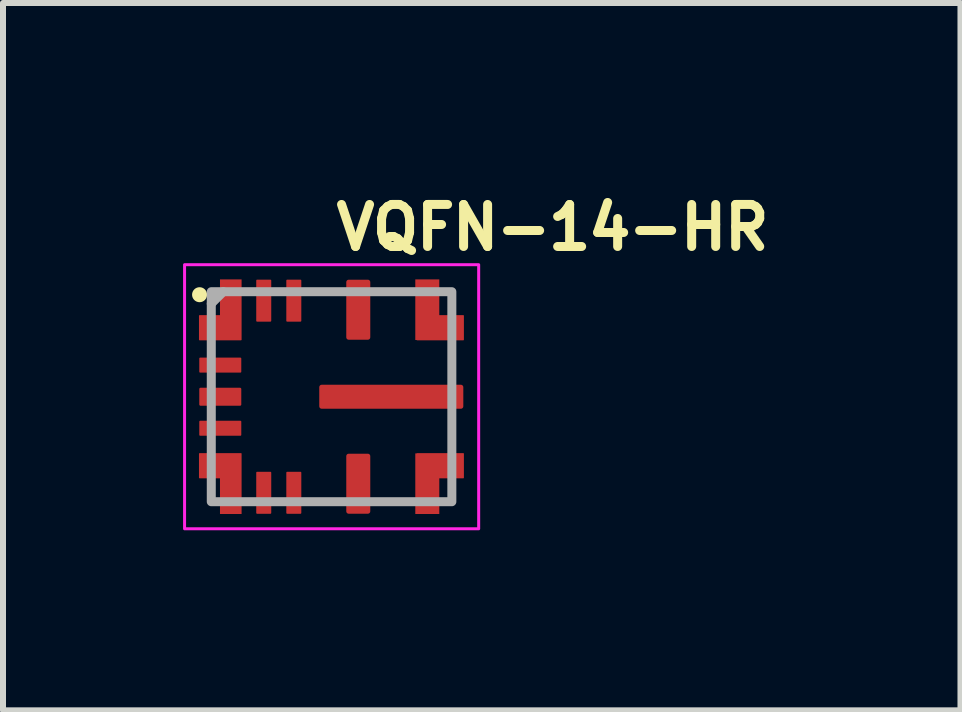
<source format=kicad_pcb>
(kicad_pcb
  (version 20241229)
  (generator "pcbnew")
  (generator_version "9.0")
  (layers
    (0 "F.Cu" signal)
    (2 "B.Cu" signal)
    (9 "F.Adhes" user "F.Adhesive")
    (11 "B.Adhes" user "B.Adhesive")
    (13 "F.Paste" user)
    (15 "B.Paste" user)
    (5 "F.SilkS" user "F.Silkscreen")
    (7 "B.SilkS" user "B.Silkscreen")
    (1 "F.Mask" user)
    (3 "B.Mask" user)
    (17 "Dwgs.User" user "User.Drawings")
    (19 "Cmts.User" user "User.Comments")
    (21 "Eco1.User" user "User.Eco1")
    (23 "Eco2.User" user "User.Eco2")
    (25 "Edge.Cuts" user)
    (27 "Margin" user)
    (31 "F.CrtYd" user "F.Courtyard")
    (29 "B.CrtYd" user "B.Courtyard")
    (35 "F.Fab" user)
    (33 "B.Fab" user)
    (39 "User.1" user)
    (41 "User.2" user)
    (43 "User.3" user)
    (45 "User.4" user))
  (footprint "VQFN-14-HR"
    (layer "F.Cu")
    (at 2.475 3.56)
    (property "Reference" "VQFN-14-HR" (at 0 -2.41 0) (layer "F.SilkS") (effects (font (size 0.7 0.7) (thickness 0.15)) (justify left bottom)))
    (attr smd)
    (fp_circle (center -2.2 -1.7) (end -2.15 -1.7) (stroke (width 0.15) (type solid)) (fill yes) (layer "F.SilkS"))
    (fp_rect (start -0.136 -0.124) (end 0.804 0.13) (stroke (width 0.12) (type solid)) (fill yes) (layer "F.Paste"))
    (fp_rect (start 1.175 -0.127) (end 2.113 0.125) (stroke (width 0.12) (type solid)) (fill yes) (layer "F.Paste"))
    (fp_rect (start -2.45 -2.2) (end 2.45 2.2) (stroke (width 0.05) (type solid)) (fill no) (layer "F.CrtYd"))
    (fp_line (start -1.805 -1.75) (end -2.005 -1.551) (stroke (width 0.15) (type solid)) (layer "F.Fab"))
    (fp_rect (start 2.003 -1.75) (end -2.005 1.749) (stroke (width 0.15) (type solid)) (fill no) (layer "F.Fab"))
    (fp_rect (start -2.005 -1.75) (end 1.995 1.749) (stroke (width 0.1) (type solid)) (fill no) (layer "User.5"))
    (fp_rect (start 2.003 -1.75) (end -2.005 1.749) (stroke (width 0.1) (type solid)) (fill no) (layer "User.5"))
    (fp_line (start -2.005 -1.75) (end -2.005 1.749) (stroke (width 0.02) (type solid)) (layer "User.9"))
    (fp_line (start -2.005 1.749) (end 1.995 1.749) (stroke (width 0.02) (type solid)) (layer "User.9"))
    (fp_line (start 1.995 -1.75) (end -2.005 -1.75) (stroke (width 0.02) (type solid)) (layer "User.9"))
    (fp_line (start 1.995 1.749) (end 1.995 -1.75) (stroke (width 0.02) (type solid)) (layer "User.9"))
    (pad "1" smd custom (at -1.68 -1.45) (size 0.36 1.01) (layers "F.Cu" "F.Mask" "F.Paste") (options (anchor rect)) (primitives (gr_poly (pts (xy 0.17 0.5) (xy -0.52 0.5) (xy -0.52 0.1) (xy 0.17 0.1)) (width 0.02) (fill yes))))
    (pad "2" smd roundrect (at -1.855 -0.527) (size 0.7 0.25) (layers "F.Cu" "F.Mask" "F.Paste") (roundrect_rratio 0.06))
    (pad "3" smd roundrect (at -1.855 0) (size 0.7 0.3) (layers "F.Cu" "F.Mask" "F.Paste") (roundrect_rratio 0.07))
    (pad "4" smd roundrect (at -1.855 0.525) (size 0.7 0.25) (layers "F.Cu" "F.Mask" "F.Paste") (roundrect_rratio 0.06))
    (pad "5" smd custom (at -1.68 1.449 180) (size 0.36 1.01) (layers "F.Cu" "F.Mask" "F.Paste") (options (anchor rect)) (primitives (gr_poly (pts (xy -0.17 0.5) (xy 0.52 0.5) (xy 0.52 0.1) (xy -0.17 0.1)) (width 0.02) (fill yes))))
    (pad "6" smd roundrect (at -1.131 1.6 90) (size 0.7 0.25) (layers "F.Cu" "F.Mask" "F.Paste") (roundrect_rratio 0.06))
    (pad "7" smd roundrect (at -0.63 1.6 90) (size 0.7 0.25) (layers "F.Cu" "F.Mask" "F.Paste") (roundrect_rratio 0.06))
    (pad "8" smd roundrect (at 0.444 1.449 90) (size 1 0.4) (layers "F.Cu" "F.Mask" "F.Paste") (roundrect_rratio 0.1))
    (pad "9" smd custom (at 1.594 1.449 180) (size 0.4 1.01) (layers "F.Cu" "F.Mask" "F.Paste") (options (anchor rect)) (primitives (gr_poly (pts (xy 0.17 0.5) (xy -0.6 0.5) (xy -0.6 0.1) (xy 0.17 0.1)) (width 0.02) (fill yes))))
    (pad "10" smd roundrect (at 0.994 0) (size 2.4 0.4) (layers "F.Cu" "F.Mask") (roundrect_rratio 0.1))
    (pad "11" smd custom (at 1.594 -1.45) (size 0.4 1.01) (layers "F.Cu" "F.Mask" "F.Paste") (options (anchor rect)) (primitives (gr_poly (pts (xy -0.17 0.5) (xy 0.6 0.5) (xy 0.6 0.1) (xy -0.17 0.1)) (width 0.02) (fill yes))))
    (pad "12" smd roundrect (at 0.444 -1.45 90) (size 1 0.4) (layers "F.Cu" "F.Mask" "F.Paste") (roundrect_rratio 0.1))
    (pad "13" smd roundrect (at -0.63 -1.601 90) (size 0.7 0.25) (layers "F.Cu" "F.Mask" "F.Paste") (roundrect_rratio 0.06))
    (pad "14" smd roundrect (at -1.131 -1.601 90) (size 0.7 0.25) (layers "F.Cu" "F.Mask" "F.Paste") (roundrect_rratio 0.06)))
  (gr_rect
    (start -3 -3)
    (end 12.952 8.785)
    (stroke (width 0.1) (type default))
    (fill no)
    (layer "Edge.Cuts")))
</source>
